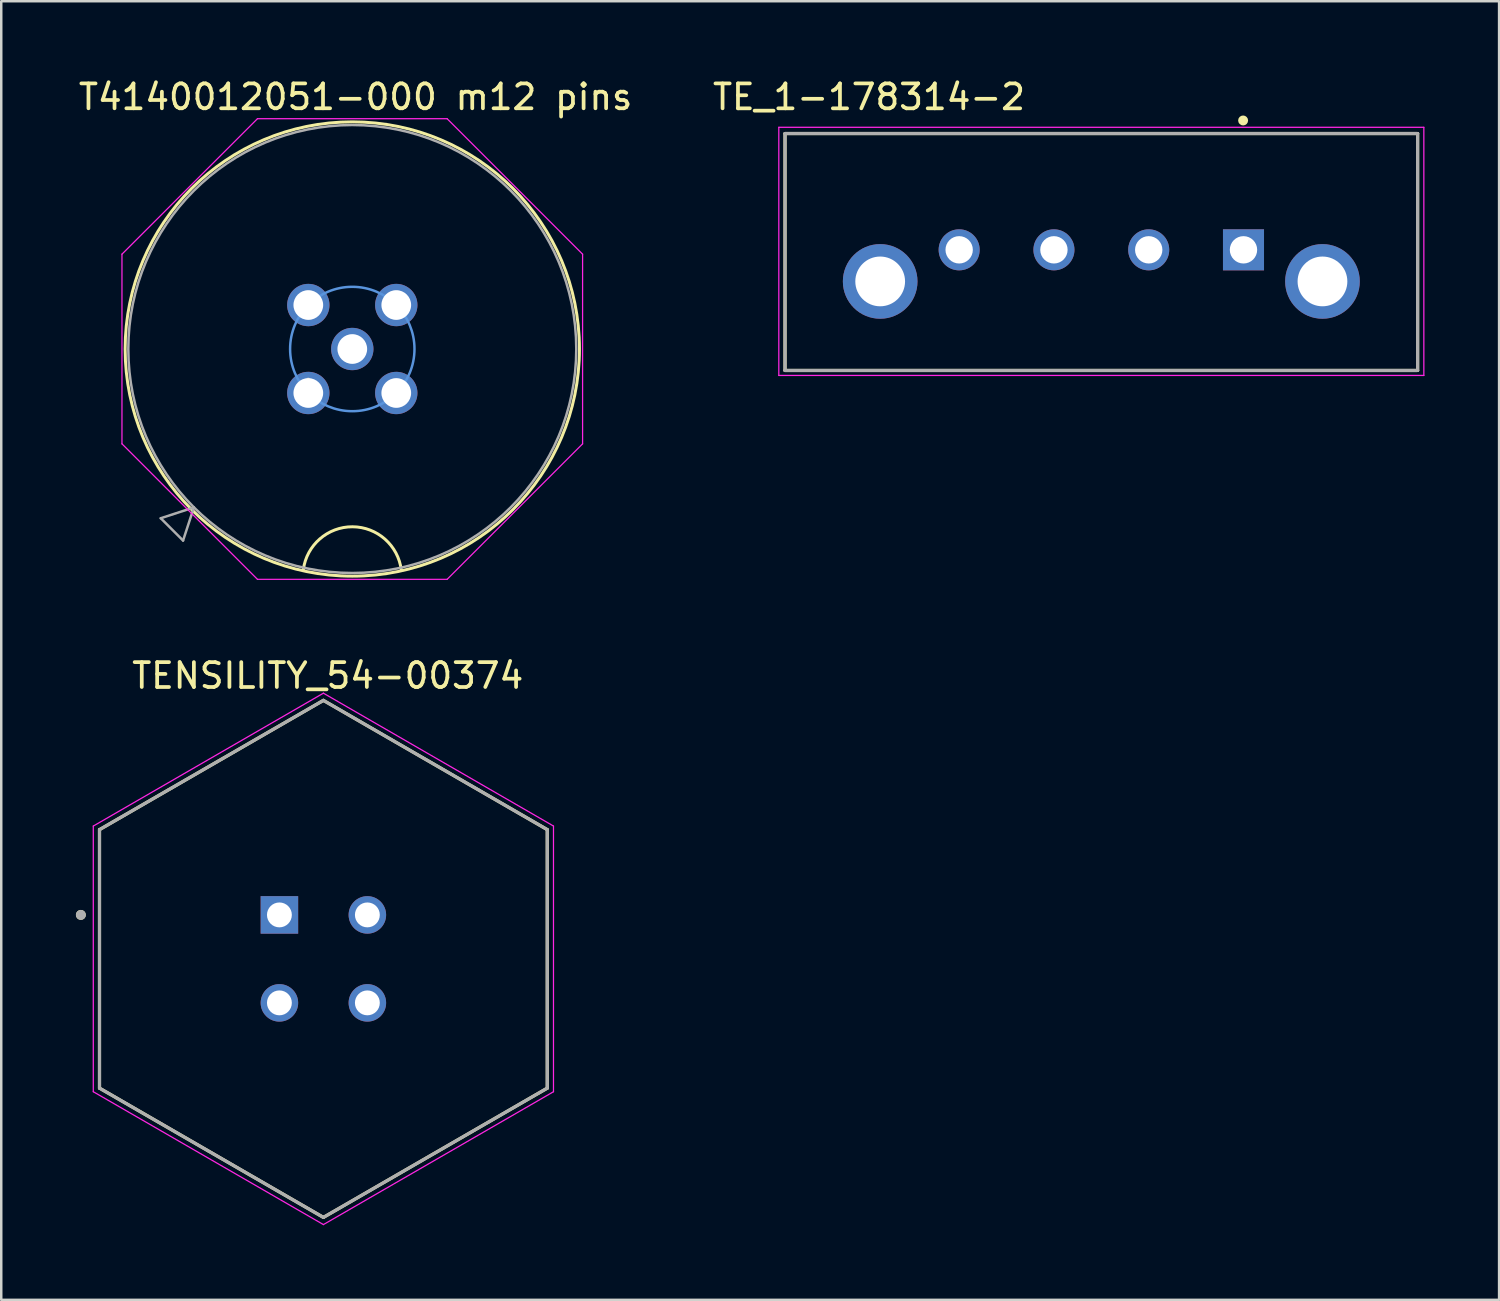
<source format=kicad_pcb>
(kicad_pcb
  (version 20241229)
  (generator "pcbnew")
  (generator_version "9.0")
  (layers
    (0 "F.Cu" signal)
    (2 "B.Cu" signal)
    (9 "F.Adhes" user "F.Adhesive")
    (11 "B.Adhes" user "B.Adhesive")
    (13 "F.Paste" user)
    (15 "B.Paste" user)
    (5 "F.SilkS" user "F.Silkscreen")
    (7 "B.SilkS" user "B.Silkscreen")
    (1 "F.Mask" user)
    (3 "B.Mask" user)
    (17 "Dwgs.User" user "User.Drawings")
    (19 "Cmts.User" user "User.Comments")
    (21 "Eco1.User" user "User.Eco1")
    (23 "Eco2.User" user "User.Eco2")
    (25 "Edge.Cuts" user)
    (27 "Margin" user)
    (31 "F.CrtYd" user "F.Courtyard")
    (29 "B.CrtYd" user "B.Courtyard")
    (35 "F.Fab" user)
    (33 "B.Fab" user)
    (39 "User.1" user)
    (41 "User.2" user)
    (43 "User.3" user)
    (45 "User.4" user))
  (footprint "TE_1-178314-2"
    (layer "F.Cu")
    (at 41.223 6.993)
    (property "Reference" "TE_1-178314-2" (at -9.339 -6.144 0) (layer "F.SilkS") (effects (font (size 1.001 1.001) (thickness 0.15))))
    (attr through_hole)
    (fp_line (start -12.715 -4.675) (end 12.715 -4.675) (stroke (width 0.127) (type solid)) (layer "F.SilkS"))
    (fp_line (start -12.715 4.85) (end -12.715 -4.675) (stroke (width 0.127) (type solid)) (layer "F.SilkS"))
    (fp_line (start 12.715 -4.675) (end 12.715 4.85) (stroke (width 0.127) (type solid)) (layer "F.SilkS"))
    (fp_line (start 12.715 4.85) (end -12.715 4.85) (stroke (width 0.127) (type solid)) (layer "F.SilkS"))
    (fp_circle (center 5.7 -5.2) (end 5.8 -5.2) (stroke (width 0.2) (type solid)) (fill no) (layer "F.SilkS"))
    (fp_line (start -12.965 -4.925) (end 12.965 -4.925) (stroke (width 0.05) (type solid)) (layer "F.CrtYd"))
    (fp_line (start -12.965 5.05) (end -12.965 -4.925) (stroke (width 0.05) (type solid)) (layer "F.CrtYd"))
    (fp_line (start 12.965 -4.925) (end 12.965 5.05) (stroke (width 0.05) (type solid)) (layer "F.CrtYd"))
    (fp_line (start 12.965 5.05) (end -12.965 5.05) (stroke (width 0.05) (type solid)) (layer "F.CrtYd"))
    (fp_line (start -12.715 -4.675) (end 12.715 -4.675) (stroke (width 0.127) (type solid)) (layer "F.Fab"))
    (fp_line (start -12.715 4.85) (end -12.715 -4.675) (stroke (width 0.127) (type solid)) (layer "F.Fab"))
    (fp_line (start 12.715 -4.675) (end 12.715 4.85) (stroke (width 0.127) (type solid)) (layer "F.Fab"))
    (fp_line (start 12.715 4.85) (end -12.715 4.85) (stroke (width 0.127) (type solid)) (layer "F.Fab"))
    (pad "1" thru_hole rect (at 5.715 0) (size 1.65 1.65) (drill 1.1) (layers "*.Cu" "*.Mask"))
    (pad "2" thru_hole circle (at 1.905 0) (size 1.65 1.65) (drill 1.1) (layers "*.Cu" "*.Mask"))
    (pad "3" thru_hole circle (at -1.905 0) (size 1.65 1.65) (drill 1.1) (layers "*.Cu" "*.Mask"))
    (pad "4" thru_hole circle (at -5.715 0) (size 1.65 1.65) (drill 1.1) (layers "*.Cu" "*.Mask"))
    (pad "S1" thru_hole circle (at -8.89 1.27) (size 3 3) (drill 2) (layers "*.Cu" "*.Mask"))
    (pad "S2" thru_hole circle (at 8.89 1.27) (size 3 3) (drill 2) (layers "*.Cu" "*.Mask")))
  (footprint "TENSILITY_54-00374"
    (layer "F.Cu")
    (at 9.95 35.497)
    (property "Reference" "TENSILITY_54-00374" (at 0.175 -11.385 0) (layer "F.SilkS") (effects (font (size 1 1) (thickness 0.15))))
    (attr through_hole)
    (fp_line (start -9 -5.196) (end -9 5.196) (stroke (width 0.127) (type solid)) (layer "F.SilkS"))
    (fp_line (start -9 5.196) (end 0 10.392) (stroke (width 0.127) (type solid)) (layer "F.SilkS"))
    (fp_line (start 0 -10.392) (end -9 -5.196) (stroke (width 0.127) (type solid)) (layer "F.SilkS"))
    (fp_line (start 0 10.392) (end 9 5.196) (stroke (width 0.127) (type solid)) (layer "F.SilkS"))
    (fp_line (start 9 -5.196) (end 0 -10.392) (stroke (width 0.127) (type solid)) (layer "F.SilkS"))
    (fp_line (start 9 5.196) (end 9 -5.196) (stroke (width 0.127) (type solid)) (layer "F.SilkS"))
    (fp_circle (center -9.75 -1.768) (end -9.65 -1.768) (stroke (width 0.2) (type solid)) (fill no) (layer "F.SilkS"))
    (fp_line (start -9.25 -5.34) (end 0 -10.681) (stroke (width 0.05) (type solid)) (layer "F.CrtYd"))
    (fp_line (start -9.25 5.34) (end -9.25 -5.34) (stroke (width 0.05) (type solid)) (layer "F.CrtYd"))
    (fp_line (start 0 -10.681) (end 9.25 -5.34) (stroke (width 0.05) (type solid)) (layer "F.CrtYd"))
    (fp_line (start 0 10.681) (end -9.25 5.34) (stroke (width 0.05) (type solid)) (layer "F.CrtYd"))
    (fp_line (start 9.25 -5.34) (end 9.25 5.34) (stroke (width 0.05) (type solid)) (layer "F.CrtYd"))
    (fp_line (start 9.25 5.34) (end 0 10.681) (stroke (width 0.05) (type solid)) (layer "F.CrtYd"))
    (fp_line (start -9 -5.196) (end -9 5.196) (stroke (width 0.127) (type solid)) (layer "F.Fab"))
    (fp_line (start -9 5.196) (end 0 10.392) (stroke (width 0.127) (type solid)) (layer "F.Fab"))
    (fp_line (start 0 -10.392) (end -9 -5.196) (stroke (width 0.127) (type solid)) (layer "F.Fab"))
    (fp_line (start 0 10.392) (end 9 5.196) (stroke (width 0.127) (type solid)) (layer "F.Fab"))
    (fp_line (start 9 -5.196) (end 0 -10.392) (stroke (width 0.127) (type solid)) (layer "F.Fab"))
    (fp_line (start 9 5.196) (end 9 -5.196) (stroke (width 0.127) (type solid)) (layer "F.Fab"))
    (fp_circle (center -9.75 -1.768) (end -9.65 -1.768) (stroke (width 0.2) (type solid)) (fill no) (layer "F.Fab"))
    (pad "1" thru_hole rect (at -1.768 -1.768) (size 1.508 1.508) (drill 1) (layers "*.Cu" "*.Mask"))
    (pad "2" thru_hole circle (at 1.768 -1.768) (size 1.508 1.508) (drill 1) (layers "*.Cu" "*.Mask"))
    (pad "3" thru_hole circle (at 1.768 1.768) (size 1.508 1.508) (drill 1) (layers "*.Cu" "*.Mask"))
    (pad "4" thru_hole circle (at -1.768 1.768) (size 1.508 1.508) (drill 1) (layers "*.Cu" "*.Mask")))
  (footprint "T4140012051-000 m12 pins"
    (layer "F.Cu")
    (at 9.344 12.748)
    (property "Reference" "T4140012051-000 m12 pins" (at 1.9 -11.9 0) (layer "F.SilkS") (effects (font (size 1 1) (thickness 0.15))))
    (attr through_hole)
    (fp_arc (start -0.2 7.1) (mid 1.777854 5.378223) (end 3.73811 7.120009) (stroke (width 0.12) (type solid)) (layer "F.SilkS"))
    (fp_circle (center 1.768 -1.768) (end 10.899 -1.768) (stroke (width 0.12) (type solid)) (fill no) (layer "F.SilkS"))
    (fp_circle (center 1.768 -1.768) (end 4.268 -1.768) (stroke (width 0.1) (type solid)) (fill no) (layer "Cmts.User"))
    (fp_line (start -7.491 -5.58) (end -2.044 -11.026) (stroke (width 0.05) (type solid)) (layer "F.CrtYd"))
    (fp_line (start -7.491 2.044) (end -7.491 -5.58) (stroke (width 0.05) (type solid)) (layer "F.CrtYd"))
    (fp_line (start -2.044 -11.026) (end 5.58 -11.026) (stroke (width 0.05) (type solid)) (layer "F.CrtYd"))
    (fp_line (start -2.044 7.491) (end -7.491 2.044) (stroke (width 0.05) (type solid)) (layer "F.CrtYd"))
    (fp_line (start 5.58 -11.026) (end 11.026 -5.58) (stroke (width 0.05) (type solid)) (layer "F.CrtYd"))
    (fp_line (start 5.58 7.491) (end -2.044 7.491) (stroke (width 0.05) (type solid)) (layer "F.CrtYd"))
    (fp_line (start 11.026 -5.58) (end 11.026 2.044) (stroke (width 0.05) (type solid)) (layer "F.CrtYd"))
    (fp_line (start 11.026 2.044) (end 5.58 7.491) (stroke (width 0.05) (type solid)) (layer "F.CrtYd"))
    (fp_line (start -5.932 5.035) (end -4.599 4.599) (stroke (width 0.1) (type solid)) (layer "F.Fab"))
    (fp_line (start -5.035 5.932) (end -5.932 5.035) (stroke (width 0.1) (type solid)) (layer "F.Fab"))
    (fp_line (start -4.599 4.599) (end -5.035 5.932) (stroke (width 0.1) (type solid)) (layer "F.Fab"))
    (fp_circle (center 1.768 -1.768) (end 10.772 -1.768) (stroke (width 0.1) (type solid)) (fill no) (layer "F.Fab"))
    (fp_text user "*" (at 0 0 0) (layer "F.Fab") (effects (font (size 1 1) (thickness 0.15))))
    (pad "1" thru_hole circle (at 0.000001 -0.000001) (size 1.702 1.702) (drill 1.194) (layers "*.Cu" "*.Mask"))
    (pad "2" thru_hole circle (at 3.536 -0.000001 90) (size 1.702 1.702) (drill 1.194) (layers "*.Cu" "*.Mask"))
    (pad "3" thru_hole circle (at 3.536 -3.536) (size 1.702 1.702) (drill 1.194) (layers "*.Cu" "*.Mask"))
    (pad "4" thru_hole circle (at 0.000001 -3.536 90) (size 1.702 1.702) (drill 1.194) (layers "*.Cu" "*.Mask"))
    (pad "5" thru_hole circle (at 1.768 -1.768) (size 1.702 1.702) (drill 1.194) (layers "*.Cu" "*.Mask")))
  (gr_rect
    (start -3 -3)
    (end 57.213 49.203)
    (stroke (width 0.1) (type default))
    (fill no)
    (layer "Edge.Cuts")))
</source>
